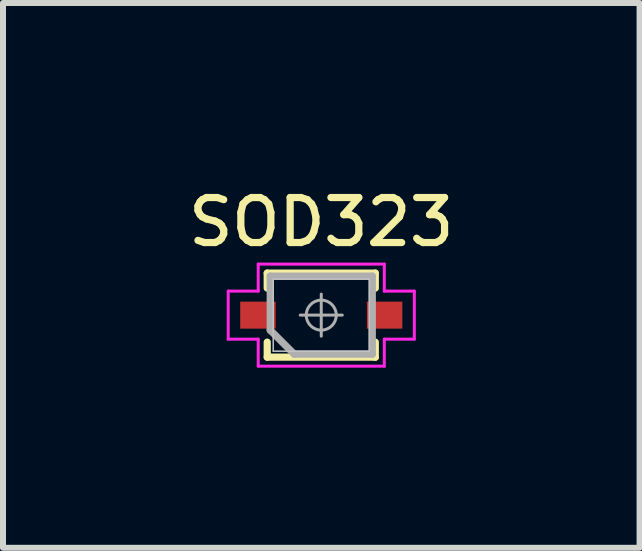
<source format=kicad_pcb>
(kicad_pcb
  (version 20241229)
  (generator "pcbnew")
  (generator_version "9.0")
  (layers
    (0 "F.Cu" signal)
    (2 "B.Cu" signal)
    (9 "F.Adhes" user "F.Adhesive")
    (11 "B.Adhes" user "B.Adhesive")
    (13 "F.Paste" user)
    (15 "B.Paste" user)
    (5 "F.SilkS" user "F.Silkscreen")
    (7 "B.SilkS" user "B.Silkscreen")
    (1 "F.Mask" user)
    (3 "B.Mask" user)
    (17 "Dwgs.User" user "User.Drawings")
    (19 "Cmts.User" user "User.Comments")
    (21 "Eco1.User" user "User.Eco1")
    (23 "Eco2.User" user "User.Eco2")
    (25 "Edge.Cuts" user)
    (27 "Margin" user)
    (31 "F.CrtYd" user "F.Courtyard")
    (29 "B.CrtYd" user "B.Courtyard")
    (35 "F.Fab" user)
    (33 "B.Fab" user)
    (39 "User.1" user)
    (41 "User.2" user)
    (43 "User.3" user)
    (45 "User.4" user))
  (footprint "SOD323"
    (layer "F.Cu")
    (at 2.301 2.199)
    (property "Reference" "SOD323" (at 0 -1.55 0) (layer "F.SilkS") (effects (font (size 0.75 0.75) (thickness 0.12))))
    (attr smd)
    (fp_line (start -0.9 -0.7) (end -0.9 -0.45) (stroke (width 0.12) (type solid)) (layer "F.SilkS"))
    (fp_line (start -0.9 0.7) (end -0.9 0.45) (stroke (width 0.12) (type solid)) (layer "F.SilkS"))
    (fp_line (start 0.9 -0.7) (end -0.9 -0.7) (stroke (width 0.12) (type solid)) (layer "F.SilkS"))
    (fp_line (start 0.9 -0.45) (end 0.9 -0.7) (stroke (width 0.12) (type solid)) (layer "F.SilkS"))
    (fp_line (start 0.9 0.45) (end 0.9 0.7) (stroke (width 0.12) (type solid)) (layer "F.SilkS"))
    (fp_line (start 0.9 0.7) (end -0.9 0.7) (stroke (width 0.12) (type solid)) (layer "F.SilkS"))
    (fp_line (start -0.8 -0.6) (end 0.8 -0.6) (stroke (width 0.025) (type solid)) (layer "Dwgs.User"))
    (fp_line (start -0.8 0.6) (end -0.8 -0.6) (stroke (width 0.025) (type solid)) (layer "Dwgs.User"))
    (fp_line (start 0.8 -0.6) (end 0.8 0.6) (stroke (width 0.025) (type solid)) (layer "Dwgs.User"))
    (fp_line (start 0.8 0.6) (end -0.8 0.6) (stroke (width 0.025) (type solid)) (layer "Dwgs.User"))
    (fp_line (start -1.55 -0.4) (end -1.55 0.4) (stroke (width 0.05) (type solid)) (layer "F.CrtYd"))
    (fp_line (start -1.55 0.4) (end -1.05 0.4) (stroke (width 0.05) (type solid)) (layer "F.CrtYd"))
    (fp_line (start -1.05 -0.85) (end -1.05 -0.4) (stroke (width 0.05) (type solid)) (layer "F.CrtYd"))
    (fp_line (start -1.05 -0.4) (end -1.55 -0.4) (stroke (width 0.05) (type solid)) (layer "F.CrtYd"))
    (fp_line (start -1.05 0.4) (end -1.05 0.85) (stroke (width 0.05) (type solid)) (layer "F.CrtYd"))
    (fp_line (start -1.05 0.85) (end 1.05 0.85) (stroke (width 0.05) (type solid)) (layer "F.CrtYd"))
    (fp_line (start 1.05 -0.85) (end -1.05 -0.85) (stroke (width 0.05) (type solid)) (layer "F.CrtYd"))
    (fp_line (start 1.05 -0.4) (end 1.05 -0.85) (stroke (width 0.05) (type solid)) (layer "F.CrtYd"))
    (fp_line (start 1.05 0.4) (end 1.55 0.4) (stroke (width 0.05) (type solid)) (layer "F.CrtYd"))
    (fp_line (start 1.05 0.85) (end 1.05 0.4) (stroke (width 0.05) (type solid)) (layer "F.CrtYd"))
    (fp_line (start 1.55 -0.4) (end 1.05 -0.4) (stroke (width 0.05) (type solid)) (layer "F.CrtYd"))
    (fp_line (start 1.55 0.4) (end 1.55 -0.4) (stroke (width 0.05) (type solid)) (layer "F.CrtYd"))
    (fp_line (start -0.85 -0.65) (end -0.85 0.25) (stroke (width 0.12) (type solid)) (layer "F.Fab"))
    (fp_line (start -0.85 0.25) (end -0.45 0.65) (stroke (width 0.12) (type solid)) (layer "F.Fab"))
    (fp_line (start -0.45 0.65) (end 0.85 0.65) (stroke (width 0.12) (type solid)) (layer "F.Fab"))
    (fp_line (start 0 -0.35) (end 0 0.35) (stroke (width 0.05) (type solid)) (layer "F.Fab"))
    (fp_line (start 0.35 0) (end -0.35 0) (stroke (width 0.05) (type solid)) (layer "F.Fab"))
    (fp_line (start 0.85 -0.65) (end -0.85 -0.65) (stroke (width 0.12) (type solid)) (layer "F.Fab"))
    (fp_line (start 0.85 0.65) (end 0.85 -0.65) (stroke (width 0.12) (type solid)) (layer "F.Fab"))
    (fp_circle (center 0 0) (end 0.25 0) (stroke (width 0.05) (type solid)) (fill no) (layer "F.Fab"))
    (pad "1" smd rect (at -1.055 0) (size 0.59 0.45) (layers "F.Cu" "F.Mask" "F.Paste"))
    (pad "2" smd rect (at 1.055 0) (size 0.59 0.45) (layers "F.Cu" "F.Mask" "F.Paste")))
  (gr_rect
    (start -3 -3)
    (end 7.603 6.074)
    (stroke (width 0.1) (type default))
    (fill no)
    (layer "Edge.Cuts")))
</source>
